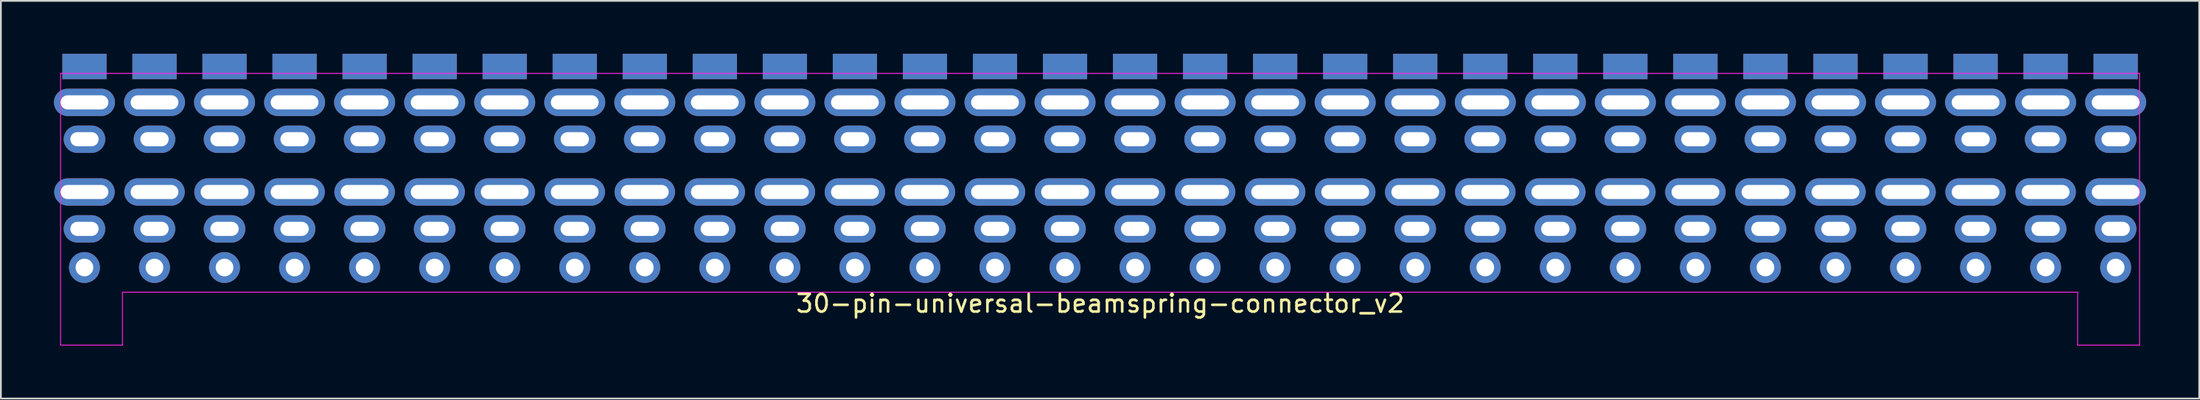
<source format=kicad_pcb>
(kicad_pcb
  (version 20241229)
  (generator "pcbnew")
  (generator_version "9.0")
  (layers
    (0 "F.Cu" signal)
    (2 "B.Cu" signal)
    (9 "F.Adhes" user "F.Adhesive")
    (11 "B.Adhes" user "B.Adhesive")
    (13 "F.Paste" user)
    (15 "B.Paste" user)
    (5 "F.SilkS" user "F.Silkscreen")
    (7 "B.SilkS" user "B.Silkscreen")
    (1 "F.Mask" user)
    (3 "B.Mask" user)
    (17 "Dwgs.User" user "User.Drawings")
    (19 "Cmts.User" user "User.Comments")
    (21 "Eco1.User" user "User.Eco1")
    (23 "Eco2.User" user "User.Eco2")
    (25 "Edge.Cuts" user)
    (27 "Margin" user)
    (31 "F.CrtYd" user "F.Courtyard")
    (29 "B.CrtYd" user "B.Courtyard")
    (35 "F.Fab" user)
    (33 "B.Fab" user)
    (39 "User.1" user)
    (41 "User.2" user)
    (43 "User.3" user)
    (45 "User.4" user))
  (footprint "30-pin-universal-beamspring-connector_v2"
    (layer "F.Cu")
    (at 59.145 10.28)
    (property "Reference" "30-pin-universal-beamspring-connector_v2" (at 0.013 3.87 180) (layer "F.SilkS") (effects (font (size 1 1) (thickness 0.15))))
    (attr through_hole)
    (fp_line (start -58.77 -9.17) (end -58.77 6.23) (stroke (width 0.05) (type solid)) (layer "F.CrtYd"))
    (fp_line (start -58.77 6.23) (end -55.27 6.23) (stroke (width 0.05) (type solid)) (layer "F.CrtYd"))
    (fp_line (start -55.27 3.23) (end 55.27 3.23) (stroke (width 0.05) (type solid)) (layer "F.CrtYd"))
    (fp_line (start -55.27 6.23) (end -55.27 3.23) (stroke (width 0.05) (type solid)) (layer "F.CrtYd"))
    (fp_line (start 55.27 3.23) (end 55.27 6.23) (stroke (width 0.05) (type solid)) (layer "F.CrtYd"))
    (fp_line (start 55.27 6.23) (end 58.77 6.23) (stroke (width 0.05) (type solid)) (layer "F.CrtYd"))
    (fp_line (start 58.77 -9.17) (end -58.77 -9.17) (stroke (width 0.05) (type solid)) (layer "F.CrtYd"))
    (fp_line (start 58.77 6.23) (end 58.77 -9.17) (stroke (width 0.05) (type solid)) (layer "F.CrtYd"))
    (pad "1" smd rect (at -57.42 -9.562) (size 2.5 1.435) (layers "F.Cu" "F.Mask" "F.Paste"))
    (pad "1" smd rect (at -57.42 -9.562) (size 2.5 1.435) (layers "B.Cu" "B.Mask" "B.Paste"))
    (pad "1" thru_hole oval (at -57.42 -7.53) (size 3.45 1.55) (drill oval 2.7 0.8) (layers "*.Cu" "*.Mask"))
    (pad "1" thru_hole oval (at -57.42 -5.44) (size 2.35 1.55) (drill oval 1.6 0.8) (layers "*.Cu" "*.Mask"))
    (pad "1" thru_hole oval (at -57.42 -2.45) (size 3.42 1.55) (drill oval 2.7 0.8) (layers "*.Cu" "*.Mask"))
    (pad "1" thru_hole oval (at -57.42 -0.36) (size 2.35 1.55) (drill oval 1.6 0.8) (layers "*.Cu" "*.Mask"))
    (pad "1" thru_hole oval (at -57.42 1.83) (size 1.75 1.75) (drill 1) (layers "*.Cu" "*.Mask"))
    (pad "2" smd rect (at -53.46 -9.562) (size 2.5 1.435) (layers "F.Cu" "F.Mask" "F.Paste"))
    (pad "2" smd rect (at -53.46 -9.562) (size 2.5 1.435) (layers "B.Cu" "B.Mask" "B.Paste"))
    (pad "2" thru_hole oval (at -53.46 -7.53) (size 3.45 1.55) (drill oval 2.7 0.8) (layers "*.Cu" "*.Mask"))
    (pad "2" thru_hole oval (at -53.46 -5.44) (size 2.35 1.55) (drill oval 1.6 0.8) (layers "*.Cu" "*.Mask"))
    (pad "2" thru_hole oval (at -53.46 -2.45) (size 3.42 1.55) (drill oval 2.7 0.8) (layers "*.Cu" "*.Mask"))
    (pad "2" thru_hole oval (at -53.46 -0.36) (size 2.35 1.55) (drill oval 1.6 0.8) (layers "*.Cu" "*.Mask"))
    (pad "2" thru_hole oval (at -53.46 1.83) (size 1.75 1.75) (drill 1) (layers "*.Cu" "*.Mask"))
    (pad "3" smd rect (at -49.5 -9.562) (size 2.5 1.435) (layers "F.Cu" "F.Mask" "F.Paste"))
    (pad "3" smd rect (at -49.5 -9.562) (size 2.5 1.435) (layers "B.Cu" "B.Mask" "B.Paste"))
    (pad "3" thru_hole oval (at -49.5 -7.53) (size 3.45 1.55) (drill oval 2.7 0.8) (layers "*.Cu" "*.Mask"))
    (pad "3" thru_hole oval (at -49.5 -5.44) (size 2.35 1.55) (drill oval 1.6 0.8) (layers "*.Cu" "*.Mask"))
    (pad "3" thru_hole oval (at -49.5 -2.45) (size 3.42 1.55) (drill oval 2.7 0.8) (layers "*.Cu" "*.Mask"))
    (pad "3" thru_hole oval (at -49.5 -0.36) (size 2.35 1.55) (drill oval 1.6 0.8) (layers "*.Cu" "*.Mask"))
    (pad "3" thru_hole oval (at -49.5 1.83) (size 1.75 1.75) (drill 1) (layers "*.Cu" "*.Mask"))
    (pad "4" smd rect (at -45.54 -9.562) (size 2.5 1.435) (layers "F.Cu" "F.Mask" "F.Paste"))
    (pad "4" smd rect (at -45.54 -9.562) (size 2.5 1.435) (layers "B.Cu" "B.Mask" "B.Paste"))
    (pad "4" thru_hole oval (at -45.54 -7.53) (size 3.45 1.55) (drill oval 2.7 0.8) (layers "*.Cu" "*.Mask"))
    (pad "4" thru_hole oval (at -45.54 -5.44) (size 2.35 1.55) (drill oval 1.6 0.8) (layers "*.Cu" "*.Mask"))
    (pad "4" thru_hole oval (at -45.54 -2.45) (size 3.42 1.55) (drill oval 2.7 0.8) (layers "*.Cu" "*.Mask"))
    (pad "4" thru_hole oval (at -45.54 -0.36) (size 2.35 1.55) (drill oval 1.6 0.8) (layers "*.Cu" "*.Mask"))
    (pad "4" thru_hole oval (at -45.54 1.83) (size 1.75 1.75) (drill 1) (layers "*.Cu" "*.Mask"))
    (pad "5" smd rect (at -41.58 -9.562) (size 2.5 1.435) (layers "F.Cu" "F.Mask" "F.Paste"))
    (pad "5" smd rect (at -41.58 -9.562) (size 2.5 1.435) (layers "B.Cu" "B.Mask" "B.Paste"))
    (pad "5" thru_hole oval (at -41.58 -7.53) (size 3.45 1.55) (drill oval 2.7 0.8) (layers "*.Cu" "*.Mask"))
    (pad "5" thru_hole oval (at -41.58 -5.44) (size 2.35 1.55) (drill oval 1.6 0.8) (layers "*.Cu" "*.Mask"))
    (pad "5" thru_hole oval (at -41.58 -2.45) (size 3.42 1.55) (drill oval 2.7 0.8) (layers "*.Cu" "*.Mask"))
    (pad "5" thru_hole oval (at -41.58 -0.36) (size 2.35 1.55) (drill oval 1.6 0.8) (layers "*.Cu" "*.Mask"))
    (pad "5" thru_hole oval (at -41.58 1.83) (size 1.75 1.75) (drill 1) (layers "*.Cu" "*.Mask"))
    (pad "6" smd rect (at -37.62 -9.562) (size 2.5 1.435) (layers "F.Cu" "F.Mask" "F.Paste"))
    (pad "6" smd rect (at -37.62 -9.562) (size 2.5 1.435) (layers "B.Cu" "B.Mask" "B.Paste"))
    (pad "6" thru_hole oval (at -37.62 -7.53) (size 3.45 1.55) (drill oval 2.7 0.8) (layers "*.Cu" "*.Mask"))
    (pad "6" thru_hole oval (at -37.62 -5.44) (size 2.35 1.55) (drill oval 1.6 0.8) (layers "*.Cu" "*.Mask"))
    (pad "6" thru_hole oval (at -37.62 -2.45) (size 3.42 1.55) (drill oval 2.7 0.8) (layers "*.Cu" "*.Mask"))
    (pad "6" thru_hole oval (at -37.62 -0.36) (size 2.35 1.55) (drill oval 1.6 0.8) (layers "*.Cu" "*.Mask"))
    (pad "6" thru_hole oval (at -37.62 1.83) (size 1.75 1.75) (drill 1) (layers "*.Cu" "*.Mask"))
    (pad "7" smd rect (at -33.66 -9.562) (size 2.5 1.435) (layers "F.Cu" "F.Mask" "F.Paste"))
    (pad "7" smd rect (at -33.66 -9.562) (size 2.5 1.435) (layers "B.Cu" "B.Mask" "B.Paste"))
    (pad "7" thru_hole oval (at -33.66 -7.53) (size 3.45 1.55) (drill oval 2.7 0.8) (layers "*.Cu" "*.Mask"))
    (pad "7" thru_hole oval (at -33.66 -5.44) (size 2.35 1.55) (drill oval 1.6 0.8) (layers "*.Cu" "*.Mask"))
    (pad "7" thru_hole oval (at -33.66 -2.45) (size 3.42 1.55) (drill oval 2.7 0.8) (layers "*.Cu" "*.Mask"))
    (pad "7" thru_hole oval (at -33.66 -0.36) (size 2.35 1.55) (drill oval 1.6 0.8) (layers "*.Cu" "*.Mask"))
    (pad "7" thru_hole oval (at -33.66 1.83) (size 1.75 1.75) (drill 1) (layers "*.Cu" "*.Mask"))
    (pad "8" smd rect (at -29.7 -9.562) (size 2.5 1.435) (layers "F.Cu" "F.Mask" "F.Paste"))
    (pad "8" smd rect (at -29.7 -9.562) (size 2.5 1.435) (layers "B.Cu" "B.Mask" "B.Paste"))
    (pad "8" thru_hole oval (at -29.7 -7.53) (size 3.45 1.55) (drill oval 2.7 0.8) (layers "*.Cu" "*.Mask"))
    (pad "8" thru_hole oval (at -29.7 -5.44) (size 2.35 1.55) (drill oval 1.6 0.8) (layers "*.Cu" "*.Mask"))
    (pad "8" thru_hole oval (at -29.7 -2.45) (size 3.42 1.55) (drill oval 2.7 0.8) (layers "*.Cu" "*.Mask"))
    (pad "8" thru_hole oval (at -29.7 -0.36) (size 2.35 1.55) (drill oval 1.6 0.8) (layers "*.Cu" "*.Mask"))
    (pad "8" thru_hole oval (at -29.7 1.83) (size 1.75 1.75) (drill 1) (layers "*.Cu" "*.Mask"))
    (pad "9" smd rect (at -25.74 -9.562) (size 2.5 1.435) (layers "F.Cu" "F.Mask" "F.Paste"))
    (pad "9" smd rect (at -25.74 -9.562) (size 2.5 1.435) (layers "B.Cu" "B.Mask" "B.Paste"))
    (pad "9" thru_hole oval (at -25.74 -7.53) (size 3.45 1.55) (drill oval 2.7 0.8) (layers "*.Cu" "*.Mask"))
    (pad "9" thru_hole oval (at -25.74 -5.44) (size 2.35 1.55) (drill oval 1.6 0.8) (layers "*.Cu" "*.Mask"))
    (pad "9" thru_hole oval (at -25.74 -2.45) (size 3.42 1.55) (drill oval 2.7 0.8) (layers "*.Cu" "*.Mask"))
    (pad "9" thru_hole oval (at -25.74 -0.36) (size 2.35 1.55) (drill oval 1.6 0.8) (layers "*.Cu" "*.Mask"))
    (pad "9" thru_hole oval (at -25.74 1.83) (size 1.75 1.75) (drill 1) (layers "*.Cu" "*.Mask"))
    (pad "10" smd rect (at -21.78 -9.562) (size 2.5 1.435) (layers "F.Cu" "F.Mask" "F.Paste"))
    (pad "10" smd rect (at -21.78 -9.562) (size 2.5 1.435) (layers "B.Cu" "B.Mask" "B.Paste"))
    (pad "10" thru_hole oval (at -21.78 -7.53) (size 3.45 1.55) (drill oval 2.7 0.8) (layers "*.Cu" "*.Mask"))
    (pad "10" thru_hole oval (at -21.78 -5.44) (size 2.35 1.55) (drill oval 1.6 0.8) (layers "*.Cu" "*.Mask"))
    (pad "10" thru_hole oval (at -21.78 -2.45) (size 3.42 1.55) (drill oval 2.7 0.8) (layers "*.Cu" "*.Mask"))
    (pad "10" thru_hole oval (at -21.78 -0.36) (size 2.35 1.55) (drill oval 1.6 0.8) (layers "*.Cu" "*.Mask"))
    (pad "10" thru_hole oval (at -21.78 1.83) (size 1.75 1.75) (drill 1) (layers "*.Cu" "*.Mask"))
    (pad "11" smd rect (at -17.82 -9.562) (size 2.5 1.435) (layers "F.Cu" "F.Mask" "F.Paste"))
    (pad "11" smd rect (at -17.82 -9.562) (size 2.5 1.435) (layers "B.Cu" "B.Mask" "B.Paste"))
    (pad "11" thru_hole oval (at -17.82 -7.53) (size 3.45 1.55) (drill oval 2.7 0.8) (layers "*.Cu" "*.Mask"))
    (pad "11" thru_hole oval (at -17.82 -5.44) (size 2.35 1.55) (drill oval 1.6 0.8) (layers "*.Cu" "*.Mask"))
    (pad "11" thru_hole oval (at -17.82 -2.45) (size 3.42 1.55) (drill oval 2.7 0.8) (layers "*.Cu" "*.Mask"))
    (pad "11" thru_hole oval (at -17.82 -0.36) (size 2.35 1.55) (drill oval 1.6 0.8) (layers "*.Cu" "*.Mask"))
    (pad "11" thru_hole oval (at -17.82 1.83) (size 1.75 1.75) (drill 1) (layers "*.Cu" "*.Mask"))
    (pad "12" smd rect (at -13.86 -9.562) (size 2.5 1.435) (layers "F.Cu" "F.Mask" "F.Paste"))
    (pad "12" smd rect (at -13.86 -9.562) (size 2.5 1.435) (layers "B.Cu" "B.Mask" "B.Paste"))
    (pad "12" thru_hole oval (at -13.86 -7.53) (size 3.45 1.55) (drill oval 2.7 0.8) (layers "*.Cu" "*.Mask"))
    (pad "12" thru_hole oval (at -13.86 -5.44) (size 2.35 1.55) (drill oval 1.6 0.8) (layers "*.Cu" "*.Mask"))
    (pad "12" thru_hole oval (at -13.86 -2.45) (size 3.42 1.55) (drill oval 2.7 0.8) (layers "*.Cu" "*.Mask"))
    (pad "12" thru_hole oval (at -13.86 -0.36) (size 2.35 1.55) (drill oval 1.6 0.8) (layers "*.Cu" "*.Mask"))
    (pad "12" thru_hole oval (at -13.86 1.83) (size 1.75 1.75) (drill 1) (layers "*.Cu" "*.Mask"))
    (pad "13" smd rect (at -9.9 -9.562) (size 2.5 1.435) (layers "F.Cu" "F.Mask" "F.Paste"))
    (pad "13" smd rect (at -9.9 -9.562) (size 2.5 1.435) (layers "B.Cu" "B.Mask" "B.Paste"))
    (pad "13" thru_hole oval (at -9.9 -7.53) (size 3.45 1.55) (drill oval 2.7 0.8) (layers "*.Cu" "*.Mask"))
    (pad "13" thru_hole oval (at -9.9 -5.44) (size 2.35 1.55) (drill oval 1.6 0.8) (layers "*.Cu" "*.Mask"))
    (pad "13" thru_hole oval (at -9.9 -2.45) (size 3.42 1.55) (drill oval 2.7 0.8) (layers "*.Cu" "*.Mask"))
    (pad "13" thru_hole oval (at -9.9 -0.36) (size 2.35 1.55) (drill oval 1.6 0.8) (layers "*.Cu" "*.Mask"))
    (pad "13" thru_hole oval (at -9.9 1.83) (size 1.75 1.75) (drill 1) (layers "*.Cu" "*.Mask"))
    (pad "14" smd rect (at -5.94 -9.562) (size 2.5 1.435) (layers "F.Cu" "F.Mask" "F.Paste"))
    (pad "14" smd rect (at -5.94 -9.562) (size 2.5 1.435) (layers "B.Cu" "B.Mask" "B.Paste"))
    (pad "14" thru_hole oval (at -5.94 -7.53) (size 3.45 1.55) (drill oval 2.7 0.8) (layers "*.Cu" "*.Mask"))
    (pad "14" thru_hole oval (at -5.94 -5.44) (size 2.35 1.55) (drill oval 1.6 0.8) (layers "*.Cu" "*.Mask"))
    (pad "14" thru_hole oval (at -5.94 -2.45) (size 3.42 1.55) (drill oval 2.7 0.8) (layers "*.Cu" "*.Mask"))
    (pad "14" thru_hole oval (at -5.94 -0.36) (size 2.35 1.55) (drill oval 1.6 0.8) (layers "*.Cu" "*.Mask"))
    (pad "14" thru_hole oval (at -5.94 1.83) (size 1.75 1.75) (drill 1) (layers "*.Cu" "*.Mask"))
    (pad "15" smd rect (at -1.98 -9.562) (size 2.5 1.435) (layers "F.Cu" "F.Mask" "F.Paste"))
    (pad "15" smd rect (at -1.98 -9.562) (size 2.5 1.435) (layers "B.Cu" "B.Mask" "B.Paste"))
    (pad "15" thru_hole oval (at -1.98 -7.53) (size 3.45 1.55) (drill oval 2.7 0.8) (layers "*.Cu" "*.Mask"))
    (pad "15" thru_hole oval (at -1.98 -5.44) (size 2.35 1.55) (drill oval 1.6 0.8) (layers "*.Cu" "*.Mask"))
    (pad "15" thru_hole oval (at -1.98 -2.45) (size 3.42 1.55) (drill oval 2.7 0.8) (layers "*.Cu" "*.Mask"))
    (pad "15" thru_hole oval (at -1.98 -0.36) (size 2.35 1.55) (drill oval 1.6 0.8) (layers "*.Cu" "*.Mask"))
    (pad "15" thru_hole oval (at -1.98 1.83) (size 1.75 1.75) (drill 1) (layers "*.Cu" "*.Mask"))
    (pad "16" smd rect (at 1.98 -9.562) (size 2.5 1.435) (layers "F.Cu" "F.Mask" "F.Paste"))
    (pad "16" smd rect (at 1.98 -9.562) (size 2.5 1.435) (layers "B.Cu" "B.Mask" "B.Paste"))
    (pad "16" thru_hole oval (at 1.98 -7.53) (size 3.45 1.55) (drill oval 2.7 0.8) (layers "*.Cu" "*.Mask"))
    (pad "16" thru_hole oval (at 1.98 -5.44) (size 2.35 1.55) (drill oval 1.6 0.8) (layers "*.Cu" "*.Mask"))
    (pad "16" thru_hole oval (at 1.98 -2.45) (size 3.42 1.55) (drill oval 2.7 0.8) (layers "*.Cu" "*.Mask"))
    (pad "16" thru_hole oval (at 1.98 -0.36) (size 2.35 1.55) (drill oval 1.6 0.8) (layers "*.Cu" "*.Mask"))
    (pad "16" thru_hole oval (at 1.98 1.83) (size 1.75 1.75) (drill 1) (layers "*.Cu" "*.Mask"))
    (pad "17" smd rect (at 5.94 -9.562) (size 2.5 1.435) (layers "F.Cu" "F.Mask" "F.Paste"))
    (pad "17" smd rect (at 5.94 -9.562) (size 2.5 1.435) (layers "B.Cu" "B.Mask" "B.Paste"))
    (pad "17" thru_hole oval (at 5.94 -7.53) (size 3.45 1.55) (drill oval 2.7 0.8) (layers "*.Cu" "*.Mask"))
    (pad "17" thru_hole oval (at 5.94 -5.44) (size 2.35 1.55) (drill oval 1.6 0.8) (layers "*.Cu" "*.Mask"))
    (pad "17" thru_hole oval (at 5.94 -2.45) (size 3.42 1.55) (drill oval 2.7 0.8) (layers "*.Cu" "*.Mask"))
    (pad "17" thru_hole oval (at 5.94 -0.36) (size 2.35 1.55) (drill oval 1.6 0.8) (layers "*.Cu" "*.Mask"))
    (pad "17" thru_hole oval (at 5.94 1.83) (size 1.75 1.75) (drill 1) (layers "*.Cu" "*.Mask"))
    (pad "18" smd rect (at 9.9 -9.562) (size 2.5 1.435) (layers "F.Cu" "F.Mask" "F.Paste"))
    (pad "18" smd rect (at 9.9 -9.562) (size 2.5 1.435) (layers "B.Cu" "B.Mask" "B.Paste"))
    (pad "18" thru_hole oval (at 9.9 -7.53) (size 3.45 1.55) (drill oval 2.7 0.8) (layers "*.Cu" "*.Mask"))
    (pad "18" thru_hole oval (at 9.9 -5.44) (size 2.35 1.55) (drill oval 1.6 0.8) (layers "*.Cu" "*.Mask"))
    (pad "18" thru_hole oval (at 9.9 -2.45) (size 3.42 1.55) (drill oval 2.7 0.8) (layers "*.Cu" "*.Mask"))
    (pad "18" thru_hole oval (at 9.9 -0.36) (size 2.35 1.55) (drill oval 1.6 0.8) (layers "*.Cu" "*.Mask"))
    (pad "18" thru_hole oval (at 9.9 1.83) (size 1.75 1.75) (drill 1) (layers "*.Cu" "*.Mask"))
    (pad "19" smd rect (at 13.86 -9.562) (size 2.5 1.435) (layers "F.Cu" "F.Mask" "F.Paste"))
    (pad "19" smd rect (at 13.86 -9.562) (size 2.5 1.435) (layers "B.Cu" "B.Mask" "B.Paste"))
    (pad "19" thru_hole oval (at 13.86 -7.53) (size 3.45 1.55) (drill oval 2.7 0.8) (layers "*.Cu" "*.Mask"))
    (pad "19" thru_hole oval (at 13.86 -5.44) (size 2.35 1.55) (drill oval 1.6 0.8) (layers "*.Cu" "*.Mask"))
    (pad "19" thru_hole oval (at 13.86 -2.45) (size 3.42 1.55) (drill oval 2.7 0.8) (layers "*.Cu" "*.Mask"))
    (pad "19" thru_hole oval (at 13.86 -0.36) (size 2.35 1.55) (drill oval 1.6 0.8) (layers "*.Cu" "*.Mask"))
    (pad "19" thru_hole oval (at 13.86 1.83) (size 1.75 1.75) (drill 1) (layers "*.Cu" "*.Mask"))
    (pad "20" smd rect (at 17.82 -9.562) (size 2.5 1.435) (layers "F.Cu" "F.Mask" "F.Paste"))
    (pad "20" smd rect (at 17.82 -9.562) (size 2.5 1.435) (layers "B.Cu" "B.Mask" "B.Paste"))
    (pad "20" thru_hole oval (at 17.82 -7.53) (size 3.45 1.55) (drill oval 2.7 0.8) (layers "*.Cu" "*.Mask"))
    (pad "20" thru_hole oval (at 17.82 -5.44) (size 2.35 1.55) (drill oval 1.6 0.8) (layers "*.Cu" "*.Mask"))
    (pad "20" thru_hole oval (at 17.82 -2.45) (size 3.42 1.55) (drill oval 2.7 0.8) (layers "*.Cu" "*.Mask"))
    (pad "20" thru_hole oval (at 17.82 -0.36) (size 2.35 1.55) (drill oval 1.6 0.8) (layers "*.Cu" "*.Mask"))
    (pad "20" thru_hole oval (at 17.82 1.83) (size 1.75 1.75) (drill 1) (layers "*.Cu" "*.Mask"))
    (pad "21" smd rect (at 21.78 -9.562) (size 2.5 1.435) (layers "F.Cu" "F.Mask" "F.Paste"))
    (pad "21" smd rect (at 21.78 -9.562) (size 2.5 1.435) (layers "B.Cu" "B.Mask" "B.Paste"))
    (pad "21" thru_hole oval (at 21.78 -7.53) (size 3.45 1.55) (drill oval 2.7 0.8) (layers "*.Cu" "*.Mask"))
    (pad "21" thru_hole oval (at 21.78 -5.44) (size 2.35 1.55) (drill oval 1.6 0.8) (layers "*.Cu" "*.Mask"))
    (pad "21" thru_hole oval (at 21.78 -2.45) (size 3.42 1.55) (drill oval 2.7 0.8) (layers "*.Cu" "*.Mask"))
    (pad "21" thru_hole oval (at 21.78 -0.36) (size 2.35 1.55) (drill oval 1.6 0.8) (layers "*.Cu" "*.Mask"))
    (pad "21" thru_hole oval (at 21.78 1.83) (size 1.75 1.75) (drill 1) (layers "*.Cu" "*.Mask"))
    (pad "22" smd rect (at 25.74 -9.562) (size 2.5 1.435) (layers "F.Cu" "F.Mask" "F.Paste"))
    (pad "22" smd rect (at 25.74 -9.562) (size 2.5 1.435) (layers "B.Cu" "B.Mask" "B.Paste"))
    (pad "22" thru_hole oval (at 25.74 -7.53) (size 3.45 1.55) (drill oval 2.7 0.8) (layers "*.Cu" "*.Mask"))
    (pad "22" thru_hole oval (at 25.74 -5.44) (size 2.35 1.55) (drill oval 1.6 0.8) (layers "*.Cu" "*.Mask"))
    (pad "22" thru_hole oval (at 25.74 -2.45) (size 3.42 1.55) (drill oval 2.7 0.8) (layers "*.Cu" "*.Mask"))
    (pad "22" thru_hole oval (at 25.74 -0.36) (size 2.35 1.55) (drill oval 1.6 0.8) (layers "*.Cu" "*.Mask"))
    (pad "22" thru_hole oval (at 25.74 1.83) (size 1.75 1.75) (drill 1) (layers "*.Cu" "*.Mask"))
    (pad "23" smd rect (at 29.7 -9.562) (size 2.5 1.435) (layers "F.Cu" "F.Mask" "F.Paste"))
    (pad "23" smd rect (at 29.7 -9.562) (size 2.5 1.435) (layers "B.Cu" "B.Mask" "B.Paste"))
    (pad "23" thru_hole oval (at 29.7 -7.53) (size 3.45 1.55) (drill oval 2.7 0.8) (layers "*.Cu" "*.Mask"))
    (pad "23" thru_hole oval (at 29.7 -5.44) (size 2.35 1.55) (drill oval 1.6 0.8) (layers "*.Cu" "*.Mask"))
    (pad "23" thru_hole oval (at 29.7 -2.45) (size 3.42 1.55) (drill oval 2.7 0.8) (layers "*.Cu" "*.Mask"))
    (pad "23" thru_hole oval (at 29.7 -0.36) (size 2.35 1.55) (drill oval 1.6 0.8) (layers "*.Cu" "*.Mask"))
    (pad "23" thru_hole oval (at 29.7 1.83) (size 1.75 1.75) (drill 1) (layers "*.Cu" "*.Mask"))
    (pad "24" smd rect (at 33.66 -9.562) (size 2.5 1.435) (layers "F.Cu" "F.Mask" "F.Paste"))
    (pad "24" smd rect (at 33.66 -9.562) (size 2.5 1.435) (layers "B.Cu" "B.Mask" "B.Paste"))
    (pad "24" thru_hole oval (at 33.66 -7.53) (size 3.45 1.55) (drill oval 2.7 0.8) (layers "*.Cu" "*.Mask"))
    (pad "24" thru_hole oval (at 33.66 -5.44) (size 2.35 1.55) (drill oval 1.6 0.8) (layers "*.Cu" "*.Mask"))
    (pad "24" thru_hole oval (at 33.66 -2.45) (size 3.42 1.55) (drill oval 2.7 0.8) (layers "*.Cu" "*.Mask"))
    (pad "24" thru_hole oval (at 33.66 -0.36) (size 2.35 1.55) (drill oval 1.6 0.8) (layers "*.Cu" "*.Mask"))
    (pad "24" thru_hole oval (at 33.66 1.83) (size 1.75 1.75) (drill 1) (layers "*.Cu" "*.Mask"))
    (pad "25" smd rect (at 37.62 -9.562) (size 2.5 1.435) (layers "F.Cu" "F.Mask" "F.Paste"))
    (pad "25" smd rect (at 37.62 -9.562) (size 2.5 1.435) (layers "B.Cu" "B.Mask" "B.Paste"))
    (pad "25" thru_hole oval (at 37.62 -7.53) (size 3.45 1.55) (drill oval 2.7 0.8) (layers "*.Cu" "*.Mask"))
    (pad "25" thru_hole oval (at 37.62 -5.44) (size 2.35 1.55) (drill oval 1.6 0.8) (layers "*.Cu" "*.Mask"))
    (pad "25" thru_hole oval (at 37.62 -2.45) (size 3.42 1.55) (drill oval 2.7 0.8) (layers "*.Cu" "*.Mask"))
    (pad "25" thru_hole oval (at 37.62 -0.36) (size 2.35 1.55) (drill oval 1.6 0.8) (layers "*.Cu" "*.Mask"))
    (pad "25" thru_hole oval (at 37.62 1.83) (size 1.75 1.75) (drill 1) (layers "*.Cu" "*.Mask"))
    (pad "26" smd rect (at 41.58 -9.562) (size 2.5 1.435) (layers "F.Cu" "F.Mask" "F.Paste"))
    (pad "26" smd rect (at 41.58 -9.562) (size 2.5 1.435) (layers "B.Cu" "B.Mask" "B.Paste"))
    (pad "26" thru_hole oval (at 41.58 -7.53) (size 3.45 1.55) (drill oval 2.7 0.8) (layers "*.Cu" "*.Mask"))
    (pad "26" thru_hole oval (at 41.58 -5.44) (size 2.35 1.55) (drill oval 1.6 0.8) (layers "*.Cu" "*.Mask"))
    (pad "26" thru_hole oval (at 41.58 -2.45) (size 3.42 1.55) (drill oval 2.7 0.8) (layers "*.Cu" "*.Mask"))
    (pad "26" thru_hole oval (at 41.58 -0.36) (size 2.35 1.55) (drill oval 1.6 0.8) (layers "*.Cu" "*.Mask"))
    (pad "26" thru_hole oval (at 41.58 1.83) (size 1.75 1.75) (drill 1) (layers "*.Cu" "*.Mask"))
    (pad "27" smd rect (at 45.54 -9.562) (size 2.5 1.435) (layers "F.Cu" "F.Mask" "F.Paste"))
    (pad "27" smd rect (at 45.54 -9.562) (size 2.5 1.435) (layers "B.Cu" "B.Mask" "B.Paste"))
    (pad "27" thru_hole oval (at 45.54 -7.53) (size 3.45 1.55) (drill oval 2.7 0.8) (layers "*.Cu" "*.Mask"))
    (pad "27" thru_hole oval (at 45.54 -5.44) (size 2.35 1.55) (drill oval 1.6 0.8) (layers "*.Cu" "*.Mask"))
    (pad "27" thru_hole oval (at 45.54 -2.45) (size 3.42 1.55) (drill oval 2.7 0.8) (layers "*.Cu" "*.Mask"))
    (pad "27" thru_hole oval (at 45.54 -0.36) (size 2.35 1.55) (drill oval 1.6 0.8) (layers "*.Cu" "*.Mask"))
    (pad "27" thru_hole oval (at 45.54 1.83) (size 1.75 1.75) (drill 1) (layers "*.Cu" "*.Mask"))
    (pad "28" smd rect (at 49.5 -9.562) (size 2.5 1.435) (layers "F.Cu" "F.Mask" "F.Paste"))
    (pad "28" smd rect (at 49.5 -9.562) (size 2.5 1.435) (layers "B.Cu" "B.Mask" "B.Paste"))
    (pad "28" thru_hole oval (at 49.5 -7.53) (size 3.45 1.55) (drill oval 2.7 0.8) (layers "*.Cu" "*.Mask"))
    (pad "28" thru_hole oval (at 49.5 -5.44) (size 2.35 1.55) (drill oval 1.6 0.8) (layers "*.Cu" "*.Mask"))
    (pad "28" thru_hole oval (at 49.5 -2.45) (size 3.42 1.55) (drill oval 2.7 0.8) (layers "*.Cu" "*.Mask"))
    (pad "28" thru_hole oval (at 49.5 -0.36) (size 2.35 1.55) (drill oval 1.6 0.8) (layers "*.Cu" "*.Mask"))
    (pad "28" thru_hole oval (at 49.5 1.83) (size 1.75 1.75) (drill 1) (layers "*.Cu" "*.Mask"))
    (pad "29" smd rect (at 53.46 -9.562) (size 2.5 1.435) (layers "F.Cu" "F.Mask" "F.Paste"))
    (pad "29" smd rect (at 53.46 -9.562) (size 2.5 1.435) (layers "B.Cu" "B.Mask" "B.Paste"))
    (pad "29" thru_hole oval (at 53.46 -7.53) (size 3.45 1.55) (drill oval 2.7 0.8) (layers "*.Cu" "*.Mask"))
    (pad "29" thru_hole oval (at 53.46 -5.44) (size 2.35 1.55) (drill oval 1.6 0.8) (layers "*.Cu" "*.Mask"))
    (pad "29" thru_hole oval (at 53.46 -2.45) (size 3.42 1.55) (drill oval 2.7 0.8) (layers "*.Cu" "*.Mask"))
    (pad "29" thru_hole oval (at 53.46 -0.36) (size 2.35 1.55) (drill oval 1.6 0.8) (layers "*.Cu" "*.Mask"))
    (pad "29" thru_hole oval (at 53.46 1.83) (size 1.75 1.75) (drill 1) (layers "*.Cu" "*.Mask"))
    (pad "30" smd rect (at 57.42 -9.562) (size 2.5 1.435) (layers "F.Cu" "F.Mask" "F.Paste"))
    (pad "30" smd rect (at 57.42 -9.562) (size 2.5 1.435) (layers "B.Cu" "B.Mask" "B.Paste"))
    (pad "30" thru_hole oval (at 57.42 -7.53) (size 3.45 1.55) (drill oval 2.7 0.8) (layers "*.Cu" "*.Mask"))
    (pad "30" thru_hole oval (at 57.42 -5.44) (size 2.35 1.55) (drill oval 1.6 0.8) (layers "*.Cu" "*.Mask"))
    (pad "30" thru_hole oval (at 57.42 -2.45) (size 3.42 1.55) (drill oval 2.7 0.8) (layers "*.Cu" "*.Mask"))
    (pad "30" thru_hole oval (at 57.42 -0.36) (size 2.35 1.55) (drill oval 1.6 0.8) (layers "*.Cu" "*.Mask"))
    (pad "30" thru_hole oval (at 57.42 1.83) (size 1.75 1.75) (drill 1) (layers "*.Cu" "*.Mask")))
  (gr_rect
    (start -3 -3)
    (end 121.29 19.535)
    (stroke (width 0.1) (type default))
    (fill no)
    (layer "Edge.Cuts")))
</source>
